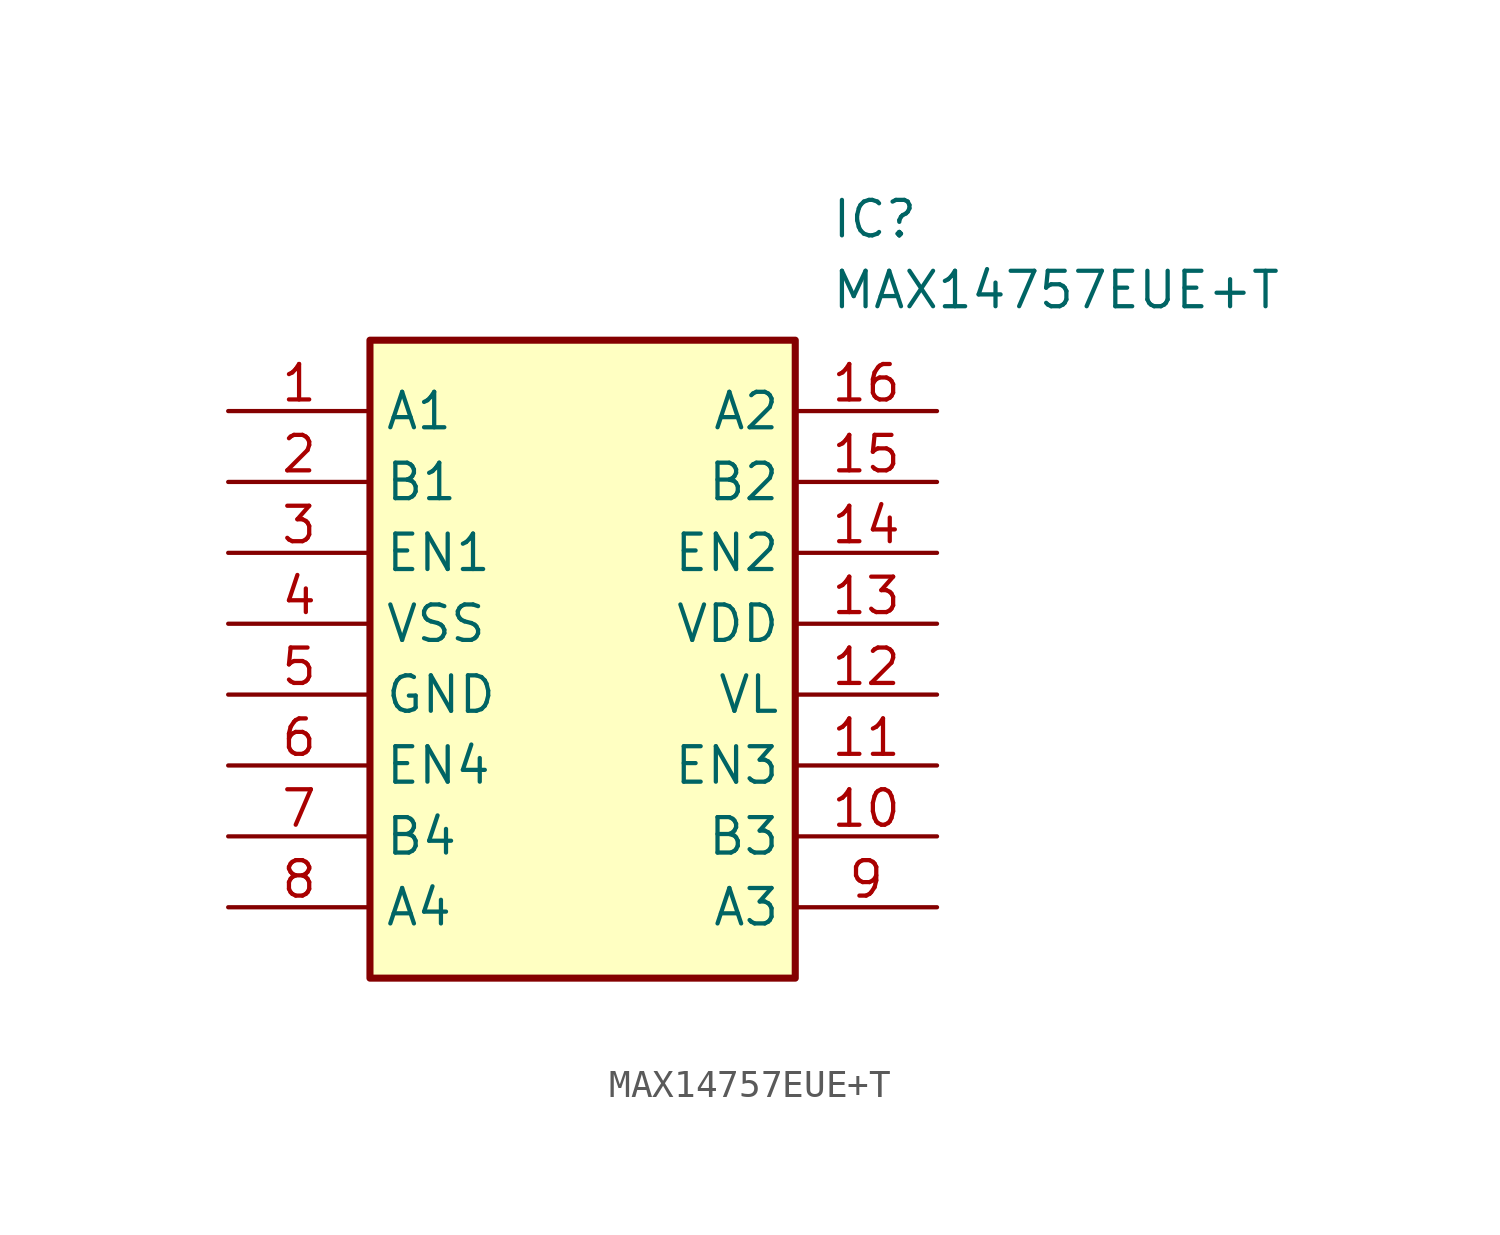
<source format=kicad_sym>
(kicad_symbol_lib
  (version 20211014)
  (generator SamacSys_ECAD_Model)
  (symbol "MAX14757EUE+T"
    (property "Reference" "IC"
      (at 21.59 7.62 0)
      (effects (font (size 1.27 1.27)) (justify left top)))
    (property "Value" "MAX14757EUE+T"
      (at 21.59 5.08 0)
      (effects (font (size 1.27 1.27)) (justify left top)))
    (rectangle
      (start 5.08 2.54)
      (end 20.32 -20.32)
      (stroke (width 0.254) (type default))
      (fill (type background)))
    (pin passive line
      (at 0 0 0)
      (length 5.08)
      (name "A1" (effects (font (size 1.27 1.27))))
      (number "1" (effects (font (size 1.27 1.27)))))
    (pin passive line
      (at 0 -2.54 0)
      (length 5.08)
      (name "B1" (effects (font (size 1.27 1.27))))
      (number "2" (effects (font (size 1.27 1.27)))))
    (pin passive line
      (at 0 -5.08 0)
      (length 5.08)
      (name "EN1" (effects (font (size 1.27 1.27))))
      (number "3" (effects (font (size 1.27 1.27)))))
    (pin passive line
      (at 0 -7.62 0)
      (length 5.08)
      (name "VSS" (effects (font (size 1.27 1.27))))
      (number "4" (effects (font (size 1.27 1.27)))))
    (pin passive line
      (at 0 -10.16 0)
      (length 5.08)
      (name "GND" (effects (font (size 1.27 1.27))))
      (number "5" (effects (font (size 1.27 1.27)))))
    (pin passive line
      (at 0 -12.7 0)
      (length 5.08)
      (name "EN4" (effects (font (size 1.27 1.27))))
      (number "6" (effects (font (size 1.27 1.27)))))
    (pin passive line
      (at 0 -15.24 0)
      (length 5.08)
      (name "B4" (effects (font (size 1.27 1.27))))
      (number "7" (effects (font (size 1.27 1.27)))))
    (pin passive line
      (at 0 -17.78 0)
      (length 5.08)
      (name "A4" (effects (font (size 1.27 1.27))))
      (number "8" (effects (font (size 1.27 1.27)))))
    (pin passive line
      (at 25.4 0 180)
      (length 5.08)
      (name "A2" (effects (font (size 1.27 1.27))))
      (number "16" (effects (font (size 1.27 1.27)))))
    (pin passive line
      (at 25.4 -2.54 180)
      (length 5.08)
      (name "B2" (effects (font (size 1.27 1.27))))
      (number "15" (effects (font (size 1.27 1.27)))))
    (pin passive line
      (at 25.4 -5.08 180)
      (length 5.08)
      (name "EN2" (effects (font (size 1.27 1.27))))
      (number "14" (effects (font (size 1.27 1.27)))))
    (pin passive line
      (at 25.4 -7.62 180)
      (length 5.08)
      (name "VDD" (effects (font (size 1.27 1.27))))
      (number "13" (effects (font (size 1.27 1.27)))))
    (pin passive line
      (at 25.4 -10.16 180)
      (length 5.08)
      (name "VL" (effects (font (size 1.27 1.27))))
      (number "12" (effects (font (size 1.27 1.27)))))
    (pin passive line
      (at 25.4 -12.7 180)
      (length 5.08)
      (name "EN3" (effects (font (size 1.27 1.27))))
      (number "11" (effects (font (size 1.27 1.27)))))
    (pin passive line
      (at 25.4 -15.24 180)
      (length 5.08)
      (name "B3" (effects (font (size 1.27 1.27))))
      (number "10" (effects (font (size 1.27 1.27)))))
    (pin passive line
      (at 25.4 -17.78 180)
      (length 5.08)
      (name "A3" (effects (font (size 1.27 1.27))))
      (number "9" (effects (font (size 1.27 1.27)))))))
</source>
